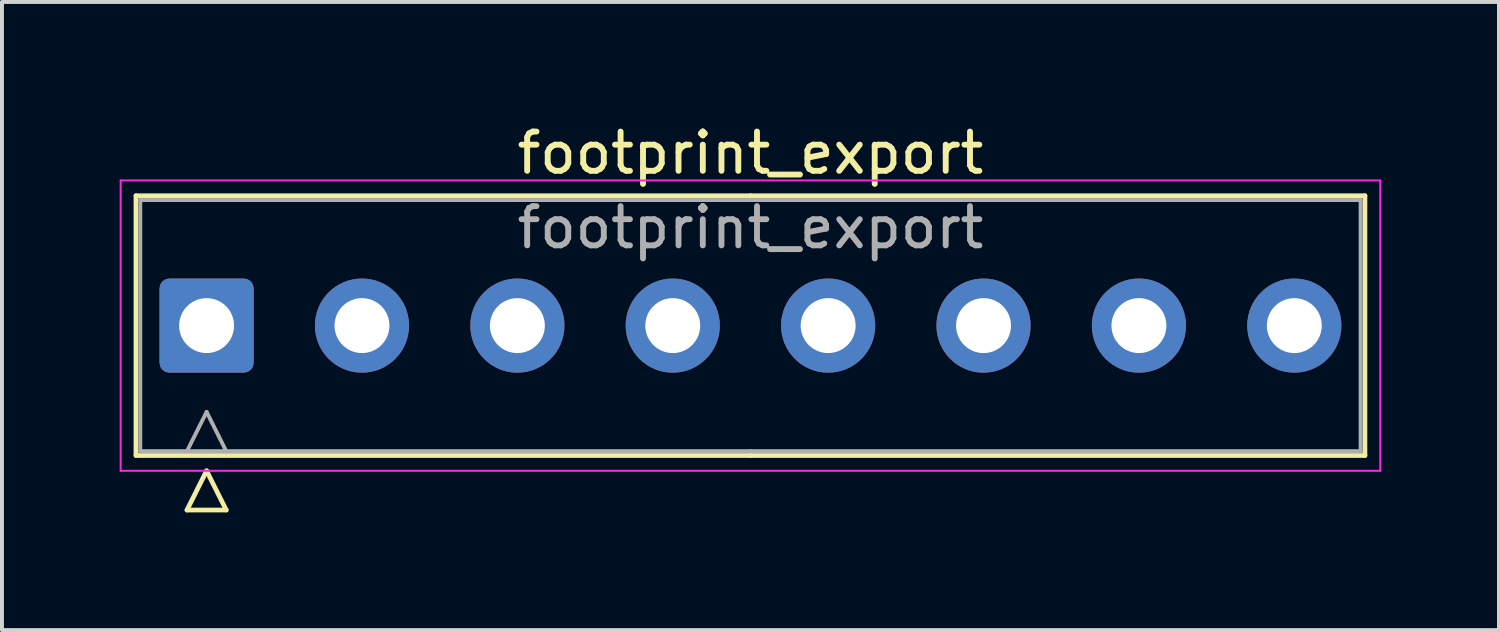
<source format=kicad_pcb>
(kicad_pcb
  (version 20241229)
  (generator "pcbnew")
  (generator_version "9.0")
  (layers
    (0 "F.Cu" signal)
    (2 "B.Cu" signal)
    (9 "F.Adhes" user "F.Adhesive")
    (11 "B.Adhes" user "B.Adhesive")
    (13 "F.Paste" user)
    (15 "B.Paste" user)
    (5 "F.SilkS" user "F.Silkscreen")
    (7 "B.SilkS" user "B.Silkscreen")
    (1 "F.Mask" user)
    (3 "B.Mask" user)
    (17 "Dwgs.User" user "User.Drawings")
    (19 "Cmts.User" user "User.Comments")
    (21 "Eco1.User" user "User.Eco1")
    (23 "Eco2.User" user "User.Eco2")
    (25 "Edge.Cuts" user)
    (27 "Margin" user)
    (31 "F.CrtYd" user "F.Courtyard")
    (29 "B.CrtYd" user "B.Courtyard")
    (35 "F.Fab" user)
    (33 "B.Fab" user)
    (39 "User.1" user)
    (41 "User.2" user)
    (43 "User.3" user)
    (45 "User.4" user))
  (footprint "footprint_export"
    (layer "F.Cu")
    (at 2.215 5.248)
    (property "Reference" "footprint_export" (at 13.86 -4.4 0) (layer "F.SilkS") (effects (font (size 1 1) (thickness 0.15))))
    (attr through_hole)
    (fp_line (start -1.8 -3.31) (end -1.8 3.31) (stroke (width 0.12) (type solid)) (layer "F.SilkS"))
    (fp_line (start -1.8 3.31) (end 13.86 3.31) (stroke (width 0.12) (type solid)) (layer "F.SilkS"))
    (fp_line (start -0.5 4.7) (end 0 3.7) (stroke (width 0.12) (type solid)) (layer "F.SilkS"))
    (fp_line (start 0 3.7) (end 0.5 4.7) (stroke (width 0.12) (type solid)) (layer "F.SilkS"))
    (fp_line (start 0.5 4.7) (end -0.5 4.7) (stroke (width 0.12) (type solid)) (layer "F.SilkS"))
    (fp_line (start 13.86 -3.31) (end -1.8 -3.31) (stroke (width 0.12) (type solid)) (layer "F.SilkS"))
    (fp_line (start 13.86 -3.31) (end 29.52 -3.31) (stroke (width 0.12) (type solid)) (layer "F.SilkS"))
    (fp_line (start 29.52 -3.31) (end 29.52 3.31) (stroke (width 0.12) (type solid)) (layer "F.SilkS"))
    (fp_line (start 29.52 3.31) (end 13.86 3.31) (stroke (width 0.12) (type solid)) (layer "F.SilkS"))
    (fp_line (start -2.19 -3.7) (end -2.19 3.7) (stroke (width 0.05) (type solid)) (layer "F.CrtYd"))
    (fp_line (start -2.19 3.7) (end 29.91 3.7) (stroke (width 0.05) (type solid)) (layer "F.CrtYd"))
    (fp_line (start 29.91 -3.7) (end -2.19 -3.7) (stroke (width 0.05) (type solid)) (layer "F.CrtYd"))
    (fp_line (start 29.91 3.7) (end 29.91 -3.7) (stroke (width 0.05) (type solid)) (layer "F.CrtYd"))
    (fp_line (start -1.69 -3.2) (end -1.69 3.2) (stroke (width 0.1) (type solid)) (layer "F.Fab"))
    (fp_line (start -1.69 3.2) (end 13.86 3.2) (stroke (width 0.1) (type solid)) (layer "F.Fab"))
    (fp_line (start -0.5 3.2) (end 0 2.2) (stroke (width 0.1) (type solid)) (layer "F.Fab"))
    (fp_line (start 0 2.2) (end 0.5 3.2) (stroke (width 0.1) (type solid)) (layer "F.Fab"))
    (fp_line (start 13.86 -3.2) (end -1.69 -3.2) (stroke (width 0.1) (type solid)) (layer "F.Fab"))
    (fp_line (start 13.86 -3.2) (end 29.41 -3.2) (stroke (width 0.1) (type solid)) (layer "F.Fab"))
    (fp_line (start 29.41 -3.2) (end 29.41 3.2) (stroke (width 0.1) (type solid)) (layer "F.Fab"))
    (fp_line (start 29.41 3.2) (end 13.86 3.2) (stroke (width 0.1) (type solid)) (layer "F.Fab"))
    (fp_text user "${REFERENCE}" (at 13.86 -2.5 0) (layer "F.Fab") (effects (font (size 1 1) (thickness 0.15))))
    (pad "1" thru_hole roundrect (at 0 0) (size 2.4 2.4) (drill 1.4) (layers "*.Cu" "*.Mask") (roundrect_rratio 0.104))
    (pad "2" thru_hole circle (at 3.96 0) (size 2.4 2.4) (drill 1.4) (layers "*.Cu" "*.Mask"))
    (pad "3" thru_hole circle (at 7.92 0) (size 2.4 2.4) (drill 1.4) (layers "*.Cu" "*.Mask"))
    (pad "4" thru_hole circle (at 11.88 0) (size 2.4 2.4) (drill 1.4) (layers "*.Cu" "*.Mask"))
    (pad "5" thru_hole circle (at 15.84 0) (size 2.4 2.4) (drill 1.4) (layers "*.Cu" "*.Mask"))
    (pad "6" thru_hole circle (at 19.8 0) (size 2.4 2.4) (drill 1.4) (layers "*.Cu" "*.Mask"))
    (pad "7" thru_hole circle (at 23.76 0) (size 2.4 2.4) (drill 1.4) (layers "*.Cu" "*.Mask"))
    (pad "8" thru_hole circle (at 27.72 0) (size 2.4 2.4) (drill 1.4) (layers "*.Cu" "*.Mask")))
  (gr_rect
    (start -3 -3)
    (end 35.15 13.008)
    (stroke (width 0.1) (type default))
    (fill no)
    (layer "Edge.Cuts")))
</source>
